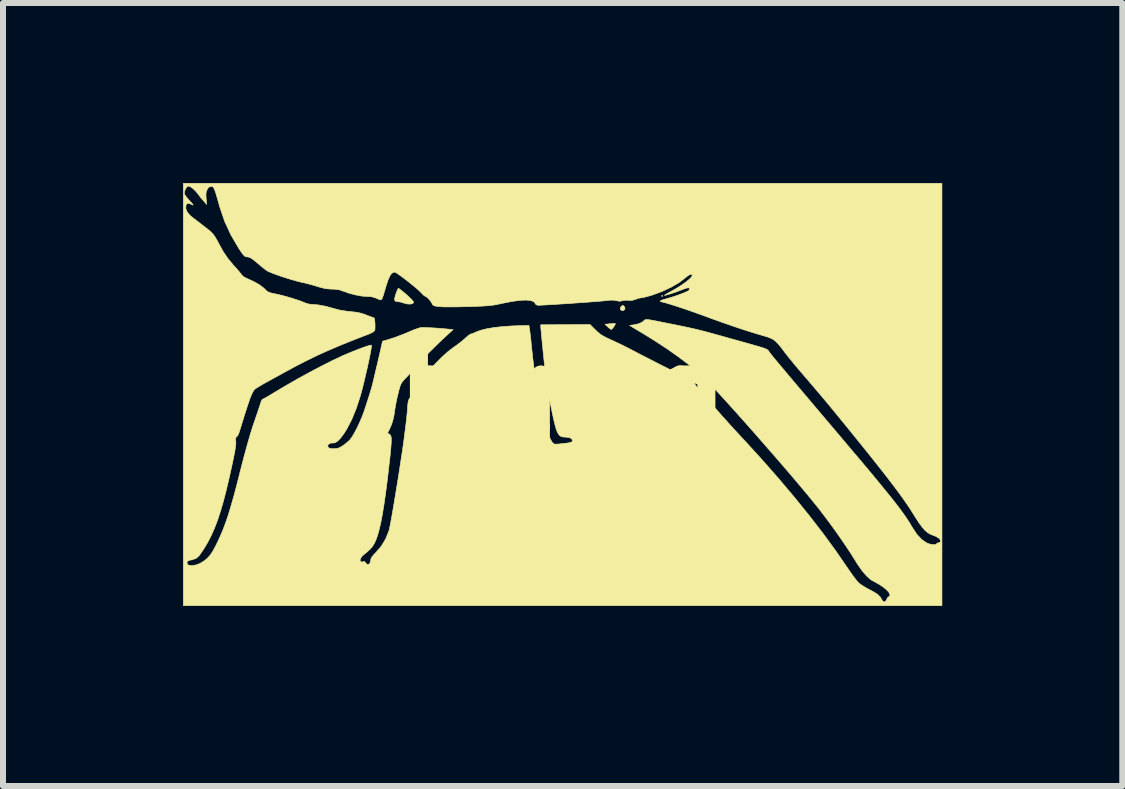
<source format=kicad_pcb>
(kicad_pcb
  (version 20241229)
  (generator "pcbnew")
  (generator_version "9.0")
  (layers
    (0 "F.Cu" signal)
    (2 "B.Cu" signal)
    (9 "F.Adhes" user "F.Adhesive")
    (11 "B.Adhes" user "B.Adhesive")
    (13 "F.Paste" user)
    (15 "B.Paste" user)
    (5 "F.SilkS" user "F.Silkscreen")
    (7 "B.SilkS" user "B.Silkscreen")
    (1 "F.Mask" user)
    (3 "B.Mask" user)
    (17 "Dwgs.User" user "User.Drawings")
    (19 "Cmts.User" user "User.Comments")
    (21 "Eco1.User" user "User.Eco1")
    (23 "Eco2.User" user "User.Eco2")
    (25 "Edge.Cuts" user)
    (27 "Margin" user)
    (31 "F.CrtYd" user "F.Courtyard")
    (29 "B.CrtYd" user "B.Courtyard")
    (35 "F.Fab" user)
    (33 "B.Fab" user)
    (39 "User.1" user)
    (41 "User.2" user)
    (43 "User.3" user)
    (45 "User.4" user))
  (footprint "bugg"
    (layer "F.Cu")
    (at 6.325 3.516)
    (property "Reference" "bugg" (at 0 0 0) (layer "F.SilkS") (effects (font (size 1.524 1.524) (thickness 0.3))))
    (attr through_hole)
    (fp_poly (pts (xy 1.668 -1.639) (xy 1.666 -1.63) (xy 1.658 -1.629) (xy 1.646 -1.634) (xy 1.649 -1.639) (xy 1.666 -1.64) (xy 1.668 -1.639)) (stroke (width 0.01) (type solid)) (fill yes) (layer "F.SilkS"))
    (fp_poly (pts (xy 1.015 -1.471) (xy 1.024 -1.463) (xy 1.039 -1.433) (xy 1.037 -1.415) (xy 1.017 -1.394) (xy 0.988 -1.391) (xy 0.964 -1.407) (xy 0.961 -1.413) (xy 0.964 -1.441) (xy 0.977 -1.461) (xy 0.998 -1.477) (xy 1.015 -1.471)) (stroke (width 0.01) (type solid)) (fill yes) (layer "F.SilkS"))
    (fp_poly (pts (xy 0.878 -1.174) (xy 0.875 -1.159) (xy 0.859 -1.132) (xy 0.838 -1.102) (xy 0.818 -1.081) (xy 0.81 -1.076) (xy 0.793 -1.086) (xy 0.764 -1.109) (xy 0.753 -1.119) (xy 0.706 -1.162) (xy 0.788 -1.171) (xy 0.835 -1.176) (xy 0.868 -1.176) (xy 0.878 -1.174)) (stroke (width 0.01) (type solid)) (fill yes) (layer "F.SilkS"))
    (fp_poly (pts (xy -2.722 -1.754) (xy -2.69 -1.729) (xy -2.645 -1.693) (xy -2.603 -1.657) (xy -2.544 -1.603) (xy -2.503 -1.561) (xy -2.484 -1.533) (xy -2.483 -1.526) (xy -2.501 -1.507) (xy -2.538 -1.499) (xy -2.587 -1.501) (xy -2.639 -1.514) (xy -2.645 -1.516) (xy -2.69 -1.531) (xy -2.731 -1.538) (xy -2.734 -1.538) (xy -2.775 -1.543) (xy -2.796 -1.556) (xy -2.801 -1.584) (xy -2.79 -1.631) (xy -2.78 -1.664) (xy -2.762 -1.713) (xy -2.747 -1.748) (xy -2.737 -1.763) (xy -2.737 -1.763) (xy -2.722 -1.754)) (stroke (width 0.01) (type solid)) (fill yes) (layer "F.SilkS"))
    (fp_poly (pts (xy 6.32 3.526) (xy -6.32 3.526) (xy -6.32 -3.346) (xy -6.305 -3.346) (xy -6.295 -3.32) (xy -6.267 -3.28) (xy -6.227 -3.233) (xy -6.219 -3.224) (xy -6.179 -3.181) (xy -6.159 -3.157) (xy -6.156 -3.148) (xy -6.17 -3.153) (xy -6.181 -3.158) (xy -6.225 -3.177) (xy -6.251 -3.179) (xy -6.268 -3.162) (xy -6.276 -3.144) (xy -6.28 -3.093) (xy -6.258 -3.036) (xy -6.212 -2.98) (xy -6.191 -2.962) (xy -6.156 -2.934) (xy -6.104 -2.894) (xy -6.043 -2.847) (xy -5.986 -2.803) (xy -5.916 -2.749) (xy -5.864 -2.706) (xy -5.825 -2.665) (xy -5.793 -2.621) (xy -5.76 -2.566) (xy -5.727 -2.503) (xy -5.654 -2.371) (xy -5.576 -2.257) (xy -5.486 -2.148) (xy -5.468 -2.129) (xy -5.424 -2.08) (xy -5.387 -2.036) (xy -5.361 -2.004) (xy -5.355 -1.995) (xy -5.329 -1.965) (xy -5.303 -1.947) (xy -5.273 -1.933) (xy -5.225 -1.91) (xy -5.167 -1.883) (xy -5.149 -1.875) (xy -5.065 -1.829) (xy -4.995 -1.778) (xy -4.969 -1.755) (xy -4.929 -1.716) (xy -4.892 -1.694) (xy -4.845 -1.681) (xy -4.816 -1.675) (xy -4.757 -1.663) (xy -4.681 -1.645) (xy -4.596 -1.622) (xy -4.509 -1.596) (xy -4.427 -1.57) (xy -4.357 -1.546) (xy -4.308 -1.526) (xy -4.3 -1.522) (xy -4.247 -1.504) (xy -4.189 -1.494) (xy -4.18 -1.494) (xy -4.073 -1.486) (xy -3.95 -1.463) (xy -3.822 -1.428) (xy -3.816 -1.426) (xy -3.709 -1.398) (xy -3.586 -1.379) (xy -3.541 -1.375) (xy -3.449 -1.365) (xy -3.375 -1.351) (xy -3.305 -1.33) (xy -3.27 -1.316) (xy -3.215 -1.295) (xy -3.172 -1.279) (xy -3.146 -1.27) (xy -3.143 -1.27) (xy -3.136 -1.257) (xy -3.131 -1.222) (xy -3.127 -1.176) (xy -3.126 -1.127) (xy -3.127 -1.084) (xy -3.131 -1.058) (xy -3.149 -1.04) (xy -3.188 -1.018) (xy -3.243 -0.994) (xy -3.247 -0.993) (xy -3.485 -0.901) (xy -3.701 -0.814) (xy -3.898 -0.73) (xy -4.084 -0.646) (xy -4.263 -0.559) (xy -4.441 -0.468) (xy -4.579 -0.393) (xy -4.644 -0.358) (xy -4.725 -0.313) (xy -4.813 -0.265) (xy -4.899 -0.218) (xy -4.916 -0.209) (xy -4.987 -0.169) (xy -5.05 -0.132) (xy -5.099 -0.102) (xy -5.129 -0.081) (xy -5.136 -0.075) (xy -5.151 -0.053) (xy -5.168 -0.023) (xy -5.186 0.015) (xy -5.206 0.065) (xy -5.229 0.13) (xy -5.257 0.213) (xy -5.29 0.315) (xy -5.329 0.44) (xy -5.375 0.59) (xy -5.388 0.632) (xy -5.405 0.675) (xy -5.424 0.705) (xy -5.433 0.712) (xy -5.446 0.726) (xy -5.449 0.757) (xy -5.446 0.783) (xy -5.445 0.819) (xy -5.45 0.875) (xy -5.462 0.952) (xy -5.482 1.054) (xy -5.499 1.136) (xy -5.552 1.378) (xy -5.603 1.593) (xy -5.652 1.784) (xy -5.701 1.953) (xy -5.751 2.105) (xy -5.803 2.24) (xy -5.858 2.363) (xy -5.916 2.475) (xy -5.979 2.58) (xy -6.047 2.68) (xy -6.056 2.692) (xy -6.107 2.738) (xy -6.18 2.763) (xy -6.208 2.767) (xy -6.244 2.781) (xy -6.26 2.806) (xy -6.253 2.836) (xy -6.247 2.843) (xy -6.216 2.856) (xy -6.166 2.857) (xy -6.109 2.847) (xy -6.051 2.826) (xy -6.034 2.817) (xy -5.973 2.78) (xy -5.923 2.739) (xy -5.878 2.69) (xy -5.835 2.628) (xy -5.79 2.547) (xy -5.746 2.458) (xy -5.7 2.357) (xy -5.656 2.253) (xy -5.614 2.141) (xy -5.572 2.017) (xy -5.53 1.879) (xy -5.485 1.723) (xy -5.437 1.544) (xy -5.385 1.341) (xy -5.379 1.315) (xy -5.319 1.081) (xy -5.263 0.875) (xy -5.211 0.693) (xy -5.162 0.534) (xy -5.122 0.418) (xy -5.096 0.343) (xy -5.071 0.269) (xy -5.05 0.206) (xy -5.038 0.168) (xy -5.024 0.125) (xy -5.011 0.096) (xy -5.005 0.09) (xy -4.989 0.082) (xy -4.952 0.062) (xy -4.901 0.033) (xy -4.84 -0.004) (xy -4.832 -0.009) (xy -4.622 -0.134) (xy -4.413 -0.254) (xy -4.208 -0.366) (xy -4.013 -0.469) (xy -3.832 -0.56) (xy -3.669 -0.637) (xy -3.592 -0.67) (xy -3.498 -0.709) (xy -3.409 -0.744) (xy -3.33 -0.774) (xy -3.264 -0.797) (xy -3.215 -0.811) (xy -3.189 -0.816) (xy -3.186 -0.815) (xy -3.185 -0.797) (xy -3.191 -0.755) (xy -3.202 -0.692) (xy -3.218 -0.612) (xy -3.237 -0.521) (xy -3.259 -0.422) (xy -3.283 -0.319) (xy -3.307 -0.216) (xy -3.331 -0.119) (xy -3.354 -0.03) (xy -3.371 0.03) (xy -3.436 0.232) (xy -3.51 0.415) (xy -3.591 0.573) (xy -3.641 0.654) (xy -3.701 0.735) (xy -3.753 0.788) (xy -3.799 0.814) (xy -3.839 0.815) (xy -3.866 0.817) (xy -3.895 0.833) (xy -3.913 0.853) (xy -3.915 0.859) (xy -3.906 0.889) (xy -3.878 0.906) (xy -3.827 0.911) (xy -3.817 0.911) (xy -3.763 0.908) (xy -3.718 0.893) (xy -3.667 0.864) (xy -3.664 0.861) (xy -3.613 0.824) (xy -3.565 0.782) (xy -3.543 0.76) (xy -3.51 0.716) (xy -3.471 0.65) (xy -3.428 0.569) (xy -3.385 0.478) (xy -3.345 0.385) (xy -3.311 0.295) (xy -3.304 0.275) (xy -3.266 0.159) (xy -3.231 0.051) (xy -3.202 -0.042) (xy -3.18 -0.117) (xy -3.169 -0.158) (xy -3.152 -0.229) (xy -3.131 -0.318) (xy -3.108 -0.416) (xy -3.084 -0.516) (xy -3.062 -0.611) (xy -3.043 -0.693) (xy -3.029 -0.755) (xy -3.027 -0.765) (xy -3.001 -0.881) (xy -2.939 -0.898) (xy -2.795 -0.943) (xy -2.629 -1.007) (xy -2.551 -1.04) (xy -2.485 -1.068) (xy -2.424 -1.09) (xy -2.377 -1.105) (xy -2.356 -1.109) (xy -2.321 -1.109) (xy -2.262 -1.107) (xy -2.188 -1.104) (xy -2.104 -1.099) (xy -2.018 -1.092) (xy -1.937 -1.085) (xy -1.902 -1.082) (xy -1.825 -1.074) (xy -1.917 -0.99) (xy -2.025 -0.89) (xy -2.13 -0.788) (xy -2.23 -0.689) (xy -2.318 -0.597) (xy -2.39 -0.518) (xy -2.417 -0.486) (xy -2.472 -0.422) (xy -2.533 -0.354) (xy -2.589 -0.294) (xy -2.607 -0.275) (xy -2.647 -0.233) (xy -2.675 -0.199) (xy -2.695 -0.165) (xy -2.712 -0.121) (xy -2.729 -0.061) (xy -2.737 -0.028) (xy -2.757 0.053) (xy -2.775 0.139) (xy -2.789 0.216) (xy -2.794 0.247) (xy -2.81 0.353) (xy -2.829 0.438) (xy -2.852 0.509) (xy -2.88 0.575) (xy -2.917 0.649) (xy -2.886 0.67) (xy -2.873 0.681) (xy -2.863 0.697) (xy -2.857 0.722) (xy -2.855 0.759) (xy -2.856 0.81) (xy -2.861 0.879) (xy -2.869 0.969) (xy -2.881 1.083) (xy -2.892 1.177) (xy -2.92 1.422) (xy -2.948 1.638) (xy -2.975 1.828) (xy -3.002 1.992) (xy -3.028 2.134) (xy -3.056 2.253) (xy -3.083 2.353) (xy -3.112 2.434) (xy -3.143 2.498) (xy -3.168 2.538) (xy -3.207 2.583) (xy -3.257 2.63) (xy -3.287 2.654) (xy -3.337 2.696) (xy -3.367 2.737) (xy -3.376 2.771) (xy -3.361 2.795) (xy -3.361 2.795) (xy -3.332 2.798) (xy -3.322 2.792) (xy -3.303 2.788) (xy -3.288 2.808) (xy -3.262 2.836) (xy -3.235 2.839) (xy -3.212 2.819) (xy -3.199 2.779) (xy -3.197 2.757) (xy -3.185 2.723) (xy -3.147 2.676) (xy -3.109 2.637) (xy -3.022 2.535) (xy -2.949 2.414) (xy -2.896 2.282) (xy -2.892 2.271) (xy -2.884 2.235) (xy -2.871 2.172) (xy -2.855 2.086) (xy -2.836 1.98) (xy -2.815 1.857) (xy -2.792 1.719) (xy -2.768 1.57) (xy -2.742 1.414) (xy -2.717 1.252) (xy -2.692 1.089) (xy -2.691 1.083) (xy -2.664 0.906) (xy -2.641 0.737) (xy -2.621 0.581) (xy -2.604 0.442) (xy -2.592 0.325) (xy -2.586 0.254) (xy -2.581 0.182) (xy -2.575 0.134) (xy -2.566 0.1) (xy -2.554 0.076) (xy -2.535 0.054) (xy -2.534 0.052) (xy -2.501 0.01) (xy -2.468 -0.041) (xy -2.458 -0.06) (xy -2.398 -0.161) (xy -2.319 -0.273) (xy -2.226 -0.389) (xy -2.123 -0.504) (xy -2.017 -0.611) (xy -1.913 -0.705) (xy -1.815 -0.78) (xy -1.809 -0.784) (xy -1.746 -0.829) (xy -1.683 -0.878) (xy -1.63 -0.923) (xy -1.623 -0.93) (xy -1.583 -0.966) (xy -1.549 -0.991) (xy -1.528 -1.001) (xy -1.503 -1.007) (xy -1.464 -1.024) (xy -1.451 -1.03) (xy -1.375 -1.06) (xy -1.272 -1.086) (xy -1.148 -1.108) (xy -1.005 -1.124) (xy -0.848 -1.135) (xy -0.74 -1.139) (xy -0.562 -1.143) (xy -0.551 -1.08) (xy -0.546 -1.044) (xy -0.539 -0.985) (xy -0.53 -0.909) (xy -0.522 -0.824) (xy -0.516 -0.767) (xy -0.498 -0.595) (xy -0.475 -0.42) (xy -0.449 -0.244) (xy -0.419 -0.072) (xy -0.388 0.094) (xy -0.354 0.251) (xy -0.32 0.395) (xy -0.286 0.523) (xy -0.252 0.633) (xy -0.219 0.72) (xy -0.188 0.782) (xy -0.176 0.8) (xy -0.157 0.821) (xy -0.138 0.833) (xy -0.109 0.835) (xy -0.062 0.832) (xy -0.046 0.83) (xy 0.038 0.821) (xy 0.096 0.814) (xy 0.134 0.806) (xy 0.154 0.796) (xy 0.163 0.785) (xy 0.164 0.776) (xy 0.151 0.745) (xy 0.111 0.725) (xy 0.047 0.717) (xy 0.04 0.717) (xy 0.006 0.715) (xy -0.023 0.708) (xy -0.048 0.693) (xy -0.07 0.667) (xy -0.091 0.628) (xy -0.111 0.573) (xy -0.131 0.499) (xy -0.154 0.404) (xy -0.179 0.284) (xy -0.208 0.142) (xy -0.226 0.045) (xy -0.245 -0.059) (xy -0.262 -0.159) (xy -0.274 -0.244) (xy -0.276 -0.254) (xy -0.282 -0.31) (xy -0.291 -0.388) (xy -0.302 -0.482) (xy -0.313 -0.586) (xy -0.324 -0.694) (xy -0.335 -0.802) (xy -0.345 -0.904) (xy -0.353 -0.993) (xy -0.36 -1.064) (xy -0.364 -1.113) (xy -0.364 -1.119) (xy -0.366 -1.154) (xy 0.045 -1.156) (xy 0.456 -1.159) (xy 0.546 -1.069) (xy 0.594 -1.024) (xy 0.641 -0.988) (xy 0.696 -0.956) (xy 0.767 -0.921) (xy 0.8 -0.906) (xy 0.885 -0.867) (xy 0.982 -0.821) (xy 1.076 -0.774) (xy 1.128 -0.747) (xy 1.19 -0.715) (xy 1.271 -0.672) (xy 1.367 -0.623) (xy 1.471 -0.57) (xy 1.576 -0.516) (xy 1.629 -0.489) (xy 1.763 -0.421) (xy 1.874 -0.364) (xy 1.963 -0.318) (xy 2.033 -0.281) (xy 2.086 -0.252) (xy 2.126 -0.229) (xy 2.155 -0.21) (xy 2.175 -0.195) (xy 2.189 -0.182) (xy 2.2 -0.169) (xy 2.206 -0.16) (xy 2.228 -0.131) (xy 2.264 -0.085) (xy 2.311 -0.029) (xy 2.364 0.031) (xy 2.37 0.038) (xy 2.429 0.105) (xy 2.489 0.174) (xy 2.544 0.236) (xy 2.585 0.283) (xy 2.625 0.328) (xy 2.658 0.367) (xy 2.68 0.391) (xy 2.683 0.394) (xy 2.7 0.413) (xy 2.731 0.447) (xy 2.769 0.49) (xy 2.779 0.501) (xy 2.818 0.544) (xy 2.871 0.602) (xy 2.934 0.67) (xy 2.998 0.74) (xy 3.026 0.769) (xy 3.316 1.087) (xy 3.595 1.404) (xy 3.86 1.718) (xy 4.11 2.027) (xy 4.342 2.327) (xy 4.553 2.616) (xy 4.742 2.891) (xy 4.743 2.892) (xy 4.794 2.966) (xy 4.843 3.035) (xy 4.887 3.093) (xy 4.922 3.135) (xy 4.937 3.15) (xy 4.977 3.18) (xy 5.033 3.215) (xy 5.095 3.25) (xy 5.109 3.257) (xy 5.194 3.303) (xy 5.255 3.344) (xy 5.294 3.384) (xy 5.318 3.426) (xy 5.318 3.426) (xy 5.34 3.459) (xy 5.365 3.463) (xy 5.39 3.44) (xy 5.398 3.422) (xy 5.415 3.39) (xy 5.434 3.377) (xy 5.434 3.377) (xy 5.45 3.364) (xy 5.454 3.345) (xy 5.441 3.311) (xy 5.406 3.27) (xy 5.353 3.224) (xy 5.288 3.179) (xy 5.24 3.152) (xy 5.19 3.124) (xy 5.149 3.101) (xy 5.126 3.086) (xy 5.063 3.029) (xy 4.993 2.947) (xy 4.921 2.846) (xy 4.876 2.774) (xy 4.803 2.657) (xy 4.714 2.523) (xy 4.615 2.378) (xy 4.509 2.229) (xy 4.401 2.082) (xy 4.295 1.943) (xy 4.26 1.898) (xy 4.181 1.8) (xy 4.087 1.685) (xy 3.98 1.557) (xy 3.862 1.417) (xy 3.735 1.268) (xy 3.601 1.113) (xy 3.463 0.954) (xy 3.323 0.794) (xy 3.184 0.635) (xy 3.046 0.479) (xy 2.914 0.331) (xy 2.788 0.191) (xy 2.671 0.062) (xy 2.566 -0.052) (xy 2.474 -0.15) (xy 2.398 -0.229) (xy 2.367 -0.261) (xy 2.246 -0.372) (xy 2.1 -0.492) (xy 1.933 -0.618) (xy 1.748 -0.749) (xy 1.547 -0.881) (xy 1.334 -1.013) (xy 1.298 -1.034) (xy 1.116 -1.143) (xy 1.182 -1.153) (xy 1.265 -1.171) (xy 1.325 -1.198) (xy 1.355 -1.223) (xy 1.364 -1.232) (xy 1.374 -1.238) (xy 1.389 -1.241) (xy 1.413 -1.241) (xy 1.449 -1.237) (xy 1.5 -1.228) (xy 1.571 -1.215) (xy 1.663 -1.196) (xy 1.778 -1.173) (xy 1.898 -1.149) (xy 1.997 -1.129) (xy 2.082 -1.111) (xy 2.158 -1.094) (xy 2.229 -1.078) (xy 2.301 -1.06) (xy 2.379 -1.04) (xy 2.468 -1.016) (xy 2.573 -0.987) (xy 2.699 -0.952) (xy 2.772 -0.931) (xy 2.923 -0.889) (xy 3.049 -0.854) (xy 3.151 -0.825) (xy 3.232 -0.802) (xy 3.295 -0.784) (xy 3.342 -0.769) (xy 3.375 -0.757) (xy 3.399 -0.746) (xy 3.414 -0.737) (xy 3.424 -0.728) (xy 3.432 -0.718) (xy 3.439 -0.707) (xy 3.443 -0.701) (xy 3.454 -0.686) (xy 3.472 -0.663) (xy 3.498 -0.63) (xy 3.533 -0.587) (xy 3.579 -0.532) (xy 3.636 -0.464) (xy 3.705 -0.382) (xy 3.787 -0.284) (xy 3.883 -0.17) (xy 3.995 -0.038) (xy 4.123 0.113) (xy 4.268 0.285) (xy 4.431 0.478) (xy 4.446 0.495) (xy 4.628 0.71) (xy 4.792 0.905) (xy 4.94 1.079) (xy 5.071 1.235) (xy 5.187 1.374) (xy 5.289 1.498) (xy 5.379 1.608) (xy 5.458 1.705) (xy 5.526 1.791) (xy 5.585 1.868) (xy 5.637 1.936) (xy 5.681 1.997) (xy 5.72 2.053) (xy 5.755 2.105) (xy 5.786 2.155) (xy 5.815 2.204) (xy 5.827 2.224) (xy 5.904 2.34) (xy 5.986 2.426) (xy 6.065 2.48) (xy 6.109 2.497) (xy 6.156 2.507) (xy 6.197 2.51) (xy 6.224 2.504) (xy 6.23 2.495) (xy 6.243 2.483) (xy 6.259 2.48) (xy 6.286 2.47) (xy 6.295 2.459) (xy 6.292 2.428) (xy 6.263 2.397) (xy 6.211 2.368) (xy 6.171 2.353) (xy 6.123 2.334) (xy 6.079 2.307) (xy 6.035 2.269) (xy 5.989 2.215) (xy 5.937 2.144) (xy 5.876 2.051) (xy 5.844 1.999) (xy 5.795 1.921) (xy 5.74 1.839) (xy 5.679 1.751) (xy 5.61 1.655) (xy 5.531 1.549) (xy 5.441 1.431) (xy 5.34 1.3) (xy 5.224 1.154) (xy 5.094 0.99) (xy 4.948 0.809) (xy 4.784 0.606) (xy 4.724 0.532) (xy 4.583 0.36) (xy 4.457 0.206) (xy 4.341 0.067) (xy 4.23 -0.064) (xy 4.122 -0.191) (xy 4.012 -0.319) (xy 4.004 -0.329) (xy 3.934 -0.41) (xy 3.862 -0.495) (xy 3.794 -0.579) (xy 3.735 -0.652) (xy 3.702 -0.695) (xy 3.643 -0.773) (xy 3.595 -0.832) (xy 3.553 -0.875) (xy 3.513 -0.907) (xy 3.466 -0.931) (xy 3.409 -0.953) (xy 3.334 -0.975) (xy 3.293 -0.987) (xy 3.16 -1.027) (xy 3.006 -1.076) (xy 2.835 -1.133) (xy 2.654 -1.196) (xy 2.468 -1.263) (xy 2.368 -1.3) (xy 2.268 -1.336) (xy 2.162 -1.374) (xy 2.055 -1.411) (xy 1.95 -1.446) (xy 1.855 -1.477) (xy 1.772 -1.503) (xy 1.708 -1.522) (xy 1.666 -1.532) (xy 1.665 -1.533) (xy 1.633 -1.541) (xy 1.625 -1.55) (xy 1.642 -1.561) (xy 1.685 -1.576) (xy 1.741 -1.591) (xy 1.812 -1.612) (xy 1.889 -1.637) (xy 1.964 -1.664) (xy 2.03 -1.69) (xy 2.08 -1.713) (xy 2.101 -1.725) (xy 2.119 -1.745) (xy 2.112 -1.764) (xy 2.112 -1.764) (xy 2.095 -1.77) (xy 2.065 -1.766) (xy 2.016 -1.749) (xy 1.992 -1.74) (xy 1.929 -1.716) (xy 1.861 -1.691) (xy 1.796 -1.67) (xy 1.742 -1.654) (xy 1.705 -1.645) (xy 1.696 -1.644) (xy 1.702 -1.65) (xy 1.73 -1.668) (xy 1.774 -1.693) (xy 1.818 -1.717) (xy 1.9 -1.763) (xy 1.978 -1.813) (xy 2.048 -1.862) (xy 2.104 -1.907) (xy 2.142 -1.944) (xy 2.152 -1.958) (xy 2.16 -1.986) (xy 2.149 -1.997) (xy 2.122 -1.992) (xy 2.086 -1.971) (xy 2.061 -1.951) (xy 1.948 -1.863) (xy 1.81 -1.782) (xy 1.653 -1.708) (xy 1.494 -1.65) (xy 1.429 -1.631) (xy 1.369 -1.615) (xy 1.323 -1.606) (xy 1.313 -1.605) (xy 1.26 -1.595) (xy 1.211 -1.577) (xy 1.154 -1.56) (xy 1.101 -1.562) (xy 1.05 -1.564) (xy 1.004 -1.557) (xy 0.996 -1.555) (xy 0.95 -1.546) (xy 0.895 -1.556) (xy 0.853 -1.564) (xy 0.802 -1.565) (xy 0.733 -1.559) (xy 0.714 -1.556) (xy 0.675 -1.552) (xy 0.612 -1.546) (xy 0.528 -1.54) (xy 0.428 -1.532) (xy 0.317 -1.524) (xy 0.2 -1.516) (xy 0.08 -1.507) (xy -0.037 -1.5) (xy -0.146 -1.493) (xy -0.244 -1.487) (xy -0.325 -1.483) (xy -0.384 -1.48) (xy -0.414 -1.479) (xy -0.445 -1.491) (xy -0.455 -1.508) (xy -0.481 -1.539) (xy -0.532 -1.558) (xy -0.609 -1.566) (xy -0.71 -1.561) (xy -0.834 -1.545) (xy -0.979 -1.517) (xy -1.009 -1.511) (xy -1.072 -1.497) (xy -1.129 -1.486) (xy -1.185 -1.478) (xy -1.244 -1.472) (xy -1.314 -1.467) (xy -1.398 -1.463) (xy -1.504 -1.459) (xy -1.585 -1.457) (xy -1.736 -1.453) (xy -1.861 -1.452) (xy -1.96 -1.452) (xy -2.037 -1.455) (xy -2.094 -1.461) (xy -2.133 -1.469) (xy -2.158 -1.481) (xy -2.171 -1.495) (xy -2.172 -1.5) (xy -2.187 -1.529) (xy -2.214 -1.565) (xy -2.246 -1.599) (xy -2.275 -1.623) (xy -2.29 -1.629) (xy -2.307 -1.639) (xy -2.336 -1.666) (xy -2.362 -1.694) (xy -2.391 -1.722) (xy -2.435 -1.762) (xy -2.491 -1.808) (xy -2.553 -1.858) (xy -2.617 -1.908) (xy -2.678 -1.954) (xy -2.73 -1.992) (xy -2.771 -2.019) (xy -2.794 -2.032) (xy -2.796 -2.032) (xy -2.827 -2.025) (xy -2.855 -2.003) (xy -2.882 -1.962) (xy -2.909 -1.9) (xy -2.938 -1.814) (xy -2.965 -1.722) (xy -2.989 -1.642) (xy -3.009 -1.591) (xy -3.025 -1.57) (xy -3.028 -1.569) (xy -3.054 -1.575) (xy -3.093 -1.591) (xy -3.106 -1.598) (xy -3.183 -1.622) (xy -3.251 -1.626) (xy -3.341 -1.632) (xy -3.445 -1.651) (xy -3.552 -1.678) (xy -3.649 -1.712) (xy -3.719 -1.736) (xy -3.793 -1.747) (xy -3.844 -1.748) (xy -3.945 -1.755) (xy -4.045 -1.78) (xy -4.065 -1.786) (xy -4.129 -1.806) (xy -4.209 -1.828) (xy -4.294 -1.85) (xy -4.34 -1.86) (xy -4.417 -1.879) (xy -4.506 -1.904) (xy -4.599 -1.932) (xy -4.692 -1.962) (xy -4.778 -1.993) (xy -4.852 -2.02) (xy -4.906 -2.044) (xy -4.928 -2.056) (xy -4.959 -2.078) (xy -5.003 -2.113) (xy -5.052 -2.154) (xy -5.058 -2.159) (xy -5.122 -2.213) (xy -5.169 -2.25) (xy -5.205 -2.272) (xy -5.235 -2.283) (xy -5.262 -2.286) (xy -5.283 -2.289) (xy -5.303 -2.302) (xy -5.327 -2.328) (xy -5.359 -2.372) (xy -5.393 -2.423) (xy -5.526 -2.649) (xy -5.632 -2.878) (xy -5.713 -3.117) (xy -5.723 -3.153) (xy -5.753 -3.26) (xy -5.777 -3.341) (xy -5.797 -3.399) (xy -5.814 -3.436) (xy -5.83 -3.456) (xy -5.844 -3.462) (xy -5.852 -3.46) (xy -5.88 -3.452) (xy -5.888 -3.451) (xy -5.903 -3.439) (xy -5.922 -3.41) (xy -5.925 -3.404) (xy -5.939 -3.367) (xy -5.944 -3.321) (xy -5.94 -3.259) (xy -5.931 -3.16) (xy -5.984 -3.22) (xy -6.025 -3.267) (xy -6.063 -3.317) (xy -6.076 -3.335) (xy -6.114 -3.381) (xy -6.158 -3.423) (xy -6.2 -3.453) (xy -6.234 -3.466) (xy -6.237 -3.466) (xy -6.259 -3.453) (xy -6.282 -3.422) (xy -6.299 -3.381) (xy -6.305 -3.346) (xy -6.32 -3.346) (xy -6.32 -3.511) (xy 6.32 -3.511) (xy 6.32 3.526)) (stroke (width 0.01) (type solid)) (fill yes) (layer "F.SilkS")))
  (gr_rect
    (start -3 -3)
    (end 15.65 10.047)
    (stroke (width 0.1) (type default))
    (fill no)
    (layer "Edge.Cuts")))
</source>
